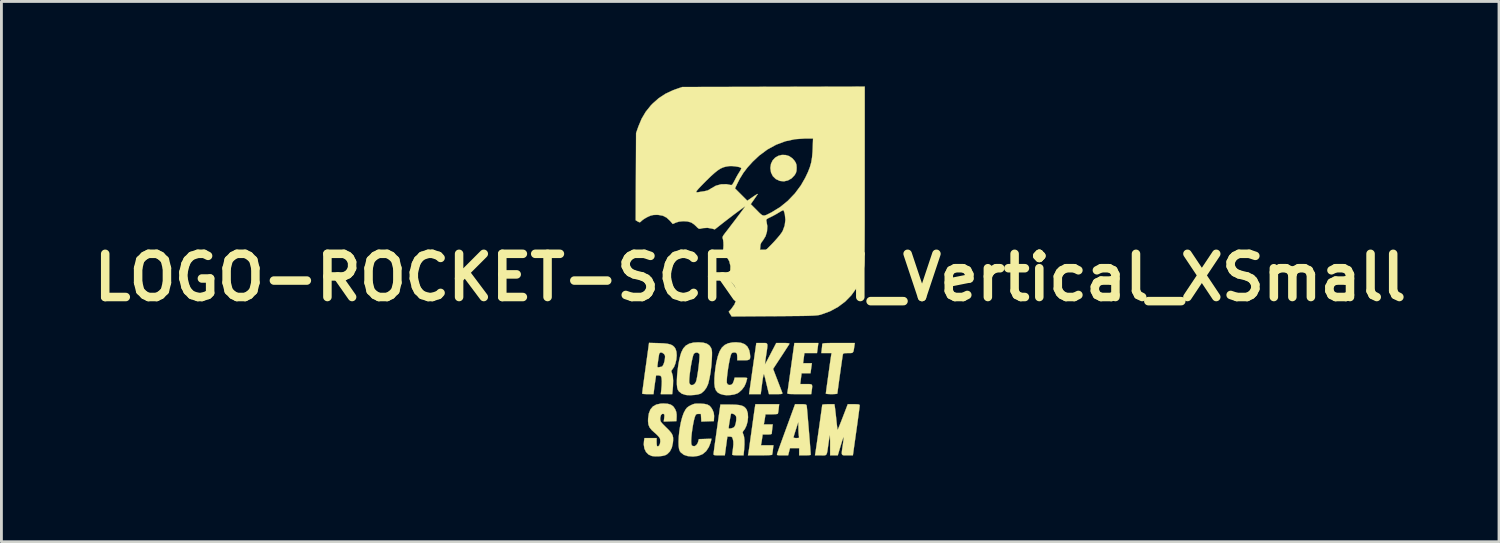
<source format=kicad_pcb>
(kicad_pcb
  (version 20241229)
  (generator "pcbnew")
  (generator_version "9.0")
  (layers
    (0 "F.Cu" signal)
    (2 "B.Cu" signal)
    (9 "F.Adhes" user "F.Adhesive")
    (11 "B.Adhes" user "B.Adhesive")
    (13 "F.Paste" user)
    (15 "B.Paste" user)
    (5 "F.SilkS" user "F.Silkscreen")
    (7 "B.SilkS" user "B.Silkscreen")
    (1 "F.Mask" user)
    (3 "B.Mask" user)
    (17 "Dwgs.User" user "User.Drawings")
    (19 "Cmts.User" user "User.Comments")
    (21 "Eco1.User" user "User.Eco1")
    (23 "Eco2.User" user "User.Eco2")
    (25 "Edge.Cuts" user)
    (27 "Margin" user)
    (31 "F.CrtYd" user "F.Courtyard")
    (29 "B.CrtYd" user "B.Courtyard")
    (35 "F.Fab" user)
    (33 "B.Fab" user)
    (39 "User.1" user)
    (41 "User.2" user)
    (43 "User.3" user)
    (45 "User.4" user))
  (footprint "LOGO-ROCKET-SCREAM_Vertical_XSmall"
    (layer "F.Cu")
    (at 23.412 6.737)
    (property "Reference" "LOGO-ROCKET-SCREAM_Vertical_XSmall" (at 0 0 0) (layer "F.SilkS") (effects (font (size 1.524 1.524) (thickness 0.3))))
    (attr through_hole)
    (fp_poly (pts (xy 1.243 -4.32) (xy 1.37 -4.282) (xy 1.486 -4.203) (xy 1.562 -4.117) (xy 1.608 -4.042) (xy 1.631 -3.97) (xy 1.637 -3.877) (xy 1.637 -3.861) (xy 1.632 -3.763) (xy 1.612 -3.689) (xy 1.57 -3.616) (xy 1.562 -3.604) (xy 1.457 -3.495) (xy 1.33 -3.423) (xy 1.19 -3.391) (xy 1.05 -3.405) (xy 1.042 -3.407) (xy 0.903 -3.472) (xy 0.799 -3.572) (xy 0.734 -3.702) (xy 0.711 -3.859) (xy 0.711 -3.864) (xy 0.733 -4.01) (xy 0.792 -4.132) (xy 0.88 -4.226) (xy 0.99 -4.29) (xy 1.114 -4.322) (xy 1.243 -4.32)) (stroke (width 0.01) (type solid)) (fill yes) (layer "F.SilkS"))
    (fp_poly (pts (xy 2.355 2.667) (xy 1.912 2.667) (xy 1.864 3.023) (xy 2.175 3.023) (xy 2.126 3.378) (xy 1.812 3.378) (xy 1.763 3.759) (xy 1.974 3.759) (xy 2.08 3.76) (xy 2.145 3.767) (xy 2.178 3.792) (xy 2.186 3.843) (xy 2.178 3.929) (xy 2.168 3.997) (xy 2.152 4.115) (xy 1.726 4.115) (xy 1.57 4.114) (xy 1.457 4.113) (xy 1.382 4.109) (xy 1.336 4.103) (xy 1.314 4.093) (xy 1.308 4.079) (xy 1.309 4.07) (xy 1.315 4.035) (xy 1.327 3.956) (xy 1.344 3.839) (xy 1.365 3.69) (xy 1.39 3.516) (xy 1.417 3.322) (xy 1.438 3.169) (xy 1.558 2.311) (xy 2.403 2.311) (xy 2.355 2.667)) (stroke (width 0.01) (type solid)) (fill yes) (layer "F.SilkS"))
    (fp_poly (pts (xy 1.003 4.629) (xy 0.992 4.715) (xy 0.981 4.78) (xy 0.974 4.807) (xy 0.945 4.816) (xy 0.878 4.822) (xy 0.785 4.826) (xy 0.75 4.826) (xy 0.538 4.826) (xy 0.522 4.934) (xy 0.508 5.021) (xy 0.494 5.099) (xy 0.492 5.112) (xy 0.479 5.182) (xy 0.794 5.182) (xy 0.778 5.315) (xy 0.769 5.4) (xy 0.763 5.469) (xy 0.762 5.493) (xy 0.755 5.517) (xy 0.725 5.531) (xy 0.663 5.536) (xy 0.6 5.537) (xy 0.438 5.537) (xy 0.421 5.658) (xy 0.408 5.747) (xy 0.395 5.827) (xy 0.391 5.848) (xy 0.377 5.918) (xy 0.818 5.918) (xy 0.8 6.077) (xy 0.789 6.163) (xy 0.778 6.228) (xy 0.77 6.255) (xy 0.742 6.261) (xy 0.672 6.267) (xy 0.569 6.271) (xy 0.441 6.273) (xy 0.339 6.274) (xy -0.08 6.274) (xy -0.066 6.204) (xy -0.059 6.162) (xy -0.046 6.076) (xy -0.028 5.954) (xy -0.007 5.802) (xy 0.017 5.628) (xy 0.044 5.438) (xy 0.051 5.385) (xy 0.078 5.191) (xy 0.103 5.011) (xy 0.125 4.851) (xy 0.144 4.717) (xy 0.159 4.618) (xy 0.168 4.56) (xy 0.169 4.553) (xy 0.183 4.47) (xy 1.021 4.47) (xy 1.003 4.629)) (stroke (width 0.01) (type solid)) (fill yes) (layer "F.SilkS"))
    (fp_poly (pts (xy 0.546 2.313) (xy 0.582 2.325) (xy 0.601 2.354) (xy 0.606 2.408) (xy 0.598 2.492) (xy 0.581 2.614) (xy 0.561 2.743) (xy 0.544 2.863) (xy 0.53 2.964) (xy 0.521 3.034) (xy 0.518 3.065) (xy 0.518 3.066) (xy 0.531 3.046) (xy 0.563 2.989) (xy 0.61 2.901) (xy 0.669 2.789) (xy 0.72 2.691) (xy 0.918 2.311) (xy 1.159 2.311) (xy 1.275 2.313) (xy 1.346 2.318) (xy 1.379 2.328) (xy 1.382 2.343) (xy 1.363 2.373) (xy 1.321 2.439) (xy 1.26 2.533) (xy 1.185 2.649) (xy 1.1 2.779) (xy 1.086 2.8) (xy 0.807 3.225) (xy 0.961 3.625) (xy 1.013 3.761) (xy 1.06 3.883) (xy 1.098 3.981) (xy 1.123 4.048) (xy 1.132 4.07) (xy 1.135 4.091) (xy 1.121 4.104) (xy 1.08 4.111) (xy 1.005 4.114) (xy 0.905 4.115) (xy 0.662 4.115) (xy 0.637 4.02) (xy 0.621 3.952) (xy 0.597 3.852) (xy 0.57 3.737) (xy 0.557 3.683) (xy 0.532 3.576) (xy 0.508 3.485) (xy 0.49 3.424) (xy 0.484 3.408) (xy 0.475 3.42) (xy 0.461 3.474) (xy 0.444 3.563) (xy 0.427 3.679) (xy 0.418 3.745) (xy 0.37 4.115) (xy -0.041 4.115) (xy 0.215 2.311) (xy 0.412 2.311) (xy 0.49 2.311) (xy 0.546 2.313)) (stroke (width 0.01) (type solid)) (fill yes) (layer "F.SilkS"))
    (fp_poly (pts (xy 3.671 2.432) (xy 3.655 2.542) (xy 3.639 2.61) (xy 3.615 2.648) (xy 3.574 2.664) (xy 3.507 2.667) (xy 3.452 2.667) (xy 3.359 2.668) (xy 3.306 2.675) (xy 3.279 2.691) (xy 3.267 2.719) (xy 3.266 2.724) (xy 3.259 2.763) (xy 3.247 2.843) (xy 3.231 2.955) (xy 3.211 3.092) (xy 3.19 3.245) (xy 3.167 3.406) (xy 3.144 3.568) (xy 3.123 3.721) (xy 3.104 3.859) (xy 3.089 3.972) (xy 3.078 4.053) (xy 3.073 4.093) (xy 3.073 4.096) (xy 3.05 4.105) (xy 2.988 4.111) (xy 2.899 4.115) (xy 2.87 4.115) (xy 2.776 4.113) (xy 2.705 4.107) (xy 2.669 4.098) (xy 2.667 4.096) (xy 2.67 4.066) (xy 2.68 3.994) (xy 2.694 3.887) (xy 2.712 3.755) (xy 2.733 3.605) (xy 2.755 3.446) (xy 2.778 3.284) (xy 2.799 3.13) (xy 2.819 2.989) (xy 2.836 2.872) (xy 2.849 2.786) (xy 2.856 2.738) (xy 2.857 2.737) (xy 2.869 2.667) (xy 2.508 2.667) (xy 2.524 2.534) (xy 2.533 2.449) (xy 2.539 2.38) (xy 2.54 2.356) (xy 2.543 2.341) (xy 2.557 2.331) (xy 2.588 2.323) (xy 2.642 2.317) (xy 2.725 2.314) (xy 2.843 2.312) (xy 3.002 2.311) (xy 3.114 2.311) (xy 3.689 2.311) (xy 3.671 2.432)) (stroke (width 0.01) (type solid)) (fill yes) (layer "F.SilkS"))
    (fp_poly (pts (xy 1.881 4.471) (xy 1.942 4.477) (xy 1.974 4.489) (xy 1.988 4.511) (xy 1.992 4.528) (xy 1.996 4.562) (xy 2.004 4.64) (xy 2.014 4.753) (xy 2.026 4.895) (xy 2.04 5.059) (xy 2.055 5.236) (xy 2.07 5.419) (xy 2.085 5.601) (xy 2.099 5.774) (xy 2.111 5.932) (xy 2.121 6.066) (xy 2.129 6.17) (xy 2.133 6.236) (xy 2.134 6.255) (xy 2.11 6.264) (xy 2.048 6.27) (xy 1.959 6.274) (xy 1.93 6.274) (xy 1.727 6.274) (xy 1.727 6.02) (xy 1.402 6.02) (xy 1.337 6.274) (xy 1.135 6.274) (xy 1.035 6.273) (xy 0.976 6.269) (xy 0.949 6.258) (xy 0.944 6.239) (xy 0.948 6.22) (xy 0.96 6.185) (xy 0.987 6.107) (xy 1.027 5.993) (xy 1.079 5.849) (xy 1.14 5.681) (xy 1.153 5.645) (xy 1.524 5.645) (xy 1.547 5.657) (xy 1.603 5.664) (xy 1.629 5.664) (xy 1.694 5.662) (xy 1.721 5.649) (xy 1.721 5.618) (xy 1.718 5.607) (xy 1.711 5.556) (xy 1.704 5.47) (xy 1.7 5.364) (xy 1.7 5.321) (xy 1.697 5.093) (xy 1.611 5.359) (xy 1.576 5.469) (xy 1.548 5.56) (xy 1.53 5.623) (xy 1.524 5.645) (xy 1.153 5.645) (xy 1.208 5.494) (xy 1.272 5.319) (xy 1.582 4.47) (xy 1.781 4.47) (xy 1.881 4.471)) (stroke (width 0.01) (type solid)) (fill yes) (layer "F.SilkS"))
    (fp_poly (pts (xy -1.748 4.45) (xy -1.607 4.461) (xy -1.504 4.486) (xy -1.428 4.531) (xy -1.367 4.604) (xy -1.326 4.675) (xy -1.287 4.775) (xy -1.274 4.881) (xy -1.276 4.928) (xy -1.283 5.067) (xy -1.724 5.082) (xy -1.74 4.813) (xy -1.829 4.813) (xy -1.882 4.817) (xy -1.915 4.836) (xy -1.939 4.882) (xy -1.96 4.94) (xy -1.987 5.044) (xy -2.015 5.182) (xy -2.041 5.339) (xy -2.063 5.499) (xy -2.077 5.646) (xy -2.083 5.764) (xy -2.083 5.766) (xy -2.079 5.857) (xy -2.067 5.91) (xy -2.042 5.938) (xy -2.037 5.941) (xy -1.97 5.952) (xy -1.907 5.919) (xy -1.857 5.849) (xy -1.84 5.803) (xy -1.812 5.702) (xy -1.589 5.695) (xy -1.367 5.688) (xy -1.384 5.771) (xy -1.405 5.842) (xy -1.44 5.932) (xy -1.465 5.99) (xy -1.558 6.13) (xy -1.682 6.232) (xy -1.836 6.294) (xy -2.018 6.316) (xy -2.2 6.301) (xy -2.34 6.256) (xy -2.448 6.173) (xy -2.482 6.128) (xy -2.51 6.052) (xy -2.525 5.936) (xy -2.528 5.79) (xy -2.521 5.623) (xy -2.503 5.444) (xy -2.476 5.263) (xy -2.442 5.088) (xy -2.4 4.93) (xy -2.353 4.796) (xy -2.331 4.75) (xy -2.281 4.658) (xy -2.234 4.597) (xy -2.176 4.551) (xy -2.108 4.513) (xy -2.034 4.478) (xy -1.97 4.457) (xy -1.9 4.448) (xy -1.804 4.448) (xy -1.748 4.45)) (stroke (width 0.01) (type solid)) (fill yes) (layer "F.SilkS"))
    (fp_poly (pts (xy -2.911 4.455) (xy -2.798 4.488) (xy -2.714 4.549) (xy -2.65 4.642) (xy -2.647 4.648) (xy -2.61 4.74) (xy -2.596 4.835) (xy -2.596 4.915) (xy -2.603 5.067) (xy -2.827 5.075) (xy -3.05 5.082) (xy -3.033 4.954) (xy -3.026 4.876) (xy -3.032 4.834) (xy -3.054 4.813) (xy -3.061 4.81) (xy -3.111 4.813) (xy -3.15 4.858) (xy -3.172 4.937) (xy -3.175 4.987) (xy -3.172 5.033) (xy -3.16 5.073) (xy -3.131 5.118) (xy -3.08 5.175) (xy -3.001 5.254) (xy -2.961 5.293) (xy -2.854 5.4) (xy -2.782 5.487) (xy -2.739 5.567) (xy -2.72 5.65) (xy -2.72 5.75) (xy -2.728 5.833) (xy -2.765 6.001) (xy -2.832 6.135) (xy -2.927 6.231) (xy -3.001 6.271) (xy -3.099 6.295) (xy -3.223 6.308) (xy -3.351 6.31) (xy -3.459 6.299) (xy -3.472 6.297) (xy -3.587 6.245) (xy -3.675 6.156) (xy -3.732 6.036) (xy -3.755 5.892) (xy -3.746 5.764) (xy -3.729 5.664) (xy -3.302 5.664) (xy -3.302 5.802) (xy -3.299 5.881) (xy -3.29 5.937) (xy -3.282 5.953) (xy -3.242 5.955) (xy -3.207 5.919) (xy -3.182 5.857) (xy -3.171 5.782) (xy -3.177 5.706) (xy -3.187 5.673) (xy -3.223 5.62) (xy -3.286 5.552) (xy -3.36 5.486) (xy -3.474 5.384) (xy -3.549 5.29) (xy -3.59 5.19) (xy -3.604 5.071) (xy -3.602 4.98) (xy -3.576 4.797) (xy -3.52 4.654) (xy -3.432 4.55) (xy -3.311 4.482) (xy -3.154 4.449) (xy -3.062 4.445) (xy -2.911 4.455)) (stroke (width 0.01) (type solid)) (fill yes) (layer "F.SilkS"))
    (fp_poly (pts (xy -1.658 2.299) (xy -1.53 2.336) (xy -1.439 2.4) (xy -1.385 2.478) (xy -1.365 2.527) (xy -1.353 2.582) (xy -1.348 2.652) (xy -1.349 2.751) (xy -1.354 2.881) (xy -1.371 3.111) (xy -1.398 3.336) (xy -1.434 3.544) (xy -1.475 3.72) (xy -1.49 3.768) (xy -1.546 3.89) (xy -1.627 3.999) (xy -1.72 4.08) (xy -1.765 4.103) (xy -1.852 4.127) (xy -1.969 4.144) (xy -2.097 4.152) (xy -2.216 4.15) (xy -2.276 4.143) (xy -2.413 4.099) (xy -2.513 4.021) (xy -2.555 3.957) (xy -2.576 3.882) (xy -2.587 3.768) (xy -2.587 3.646) (xy -2.153 3.646) (xy -2.15 3.714) (xy -2.149 3.721) (xy -2.116 3.778) (xy -2.063 3.798) (xy -2.002 3.784) (xy -1.947 3.738) (xy -1.911 3.671) (xy -1.891 3.597) (xy -1.871 3.491) (xy -1.85 3.363) (xy -1.83 3.224) (xy -1.813 3.083) (xy -1.8 2.951) (xy -1.791 2.836) (xy -1.788 2.75) (xy -1.792 2.702) (xy -1.794 2.698) (xy -1.847 2.654) (xy -1.914 2.648) (xy -1.975 2.678) (xy -1.991 2.697) (xy -2.013 2.753) (xy -2.039 2.849) (xy -2.065 2.973) (xy -2.091 3.115) (xy -2.114 3.265) (xy -2.134 3.41) (xy -2.147 3.541) (xy -2.153 3.646) (xy -2.587 3.646) (xy -2.587 3.623) (xy -2.579 3.457) (xy -2.562 3.279) (xy -2.538 3.1) (xy -2.508 2.928) (xy -2.472 2.773) (xy -2.433 2.646) (xy -2.364 2.506) (xy -2.272 2.403) (xy -2.151 2.334) (xy -1.997 2.296) (xy -1.826 2.287) (xy -1.658 2.299)) (stroke (width 0.01) (type solid)) (fill yes) (layer "F.SilkS"))
    (fp_poly (pts (xy -0.328 2.303) (xy -0.196 2.353) (xy -0.099 2.439) (xy -0.037 2.561) (xy -0.012 2.678) (xy -0.001 2.787) (xy -0.007 2.857) (xy -0.037 2.897) (xy -0.1 2.916) (xy -0.203 2.921) (xy -0.243 2.921) (xy -0.457 2.921) (xy -0.457 2.821) (xy -0.461 2.746) (xy -0.47 2.689) (xy -0.473 2.682) (xy -0.508 2.652) (xy -0.567 2.642) (xy -0.627 2.655) (xy -0.659 2.678) (xy -0.681 2.726) (xy -0.706 2.814) (xy -0.732 2.932) (xy -0.758 3.07) (xy -0.782 3.217) (xy -0.802 3.364) (xy -0.818 3.5) (xy -0.826 3.614) (xy -0.827 3.697) (xy -0.822 3.725) (xy -0.787 3.779) (xy -0.722 3.794) (xy -0.666 3.782) (xy -0.618 3.741) (xy -0.582 3.655) (xy -0.579 3.646) (xy -0.548 3.531) (xy -0.323 3.531) (xy -0.216 3.532) (xy -0.15 3.536) (xy -0.117 3.545) (xy -0.108 3.561) (xy -0.111 3.575) (xy -0.126 3.627) (xy -0.147 3.702) (xy -0.155 3.728) (xy -0.209 3.846) (xy -0.296 3.961) (xy -0.401 4.055) (xy -0.454 4.088) (xy -0.563 4.126) (xy -0.699 4.148) (xy -0.839 4.152) (xy -0.927 4.143) (xy -1.052 4.11) (xy -1.146 4.058) (xy -1.21 3.981) (xy -1.249 3.874) (xy -1.265 3.731) (xy -1.263 3.546) (xy -1.262 3.535) (xy -1.249 3.382) (xy -1.229 3.21) (xy -1.204 3.049) (xy -1.195 2.997) (xy -1.143 2.779) (xy -1.08 2.606) (xy -1.001 2.475) (xy -0.901 2.382) (xy -0.778 2.322) (xy -0.627 2.292) (xy -0.497 2.286) (xy -0.328 2.303)) (stroke (width 0.01) (type solid)) (fill yes) (layer "F.SilkS"))
    (fp_poly (pts (xy -3.226 2.316) (xy -3.045 2.324) (xy -2.908 2.34) (xy -2.805 2.366) (xy -2.728 2.406) (xy -2.671 2.461) (xy -2.636 2.516) (xy -2.603 2.618) (xy -2.593 2.748) (xy -2.606 2.891) (xy -2.638 3.032) (xy -2.687 3.156) (xy -2.745 3.24) (xy -2.776 3.279) (xy -2.781 3.316) (xy -2.762 3.373) (xy -2.756 3.386) (xy -2.729 3.491) (xy -2.719 3.64) (xy -2.725 3.834) (xy -2.734 3.943) (xy -2.751 4.115) (xy -3.155 4.115) (xy -3.136 3.959) (xy -3.123 3.803) (xy -3.119 3.665) (xy -3.126 3.558) (xy -3.136 3.509) (xy -3.163 3.469) (xy -3.22 3.455) (xy -3.237 3.454) (xy -3.321 3.454) (xy -3.349 3.643) (xy -3.366 3.761) (xy -3.383 3.883) (xy -3.394 3.973) (xy -3.411 4.115) (xy -3.61 4.115) (xy -3.704 4.113) (xy -3.775 4.107) (xy -3.81 4.098) (xy -3.811 4.096) (xy -3.808 4.067) (xy -3.799 3.994) (xy -3.785 3.882) (xy -3.765 3.737) (xy -3.742 3.566) (xy -3.716 3.373) (xy -3.691 3.192) (xy -3.685 3.151) (xy -3.277 3.151) (xy -3.256 3.17) (xy -3.219 3.166) (xy -3.161 3.153) (xy -3.131 3.15) (xy -3.094 3.126) (xy -3.058 3.062) (xy -3.027 2.968) (xy -3.011 2.879) (xy -3.003 2.796) (xy -3.01 2.745) (xy -3.036 2.705) (xy -3.046 2.694) (xy -3.11 2.651) (xy -3.166 2.645) (xy -3.205 2.678) (xy -3.212 2.699) (xy -3.222 2.756) (xy -3.236 2.842) (xy -3.25 2.939) (xy -3.263 3.034) (xy -3.273 3.11) (xy -3.277 3.151) (xy -3.685 3.151) (xy -3.569 2.307) (xy -3.226 2.316)) (stroke (width 0.01) (type solid)) (fill yes) (layer "F.SilkS"))
    (fp_poly (pts (xy -0.529 4.487) (xy -0.39 4.5) (xy -0.287 4.525) (xy -0.211 4.564) (xy -0.155 4.619) (xy -0.121 4.675) (xy -0.086 4.79) (xy -0.077 4.93) (xy -0.093 5.079) (xy -0.132 5.223) (xy -0.19 5.344) (xy -0.218 5.382) (xy -0.258 5.435) (xy -0.267 5.473) (xy -0.25 5.52) (xy -0.243 5.535) (xy -0.218 5.616) (xy -0.205 5.737) (xy -0.204 5.891) (xy -0.215 6.069) (xy -0.22 6.118) (xy -0.236 6.274) (xy -0.435 6.274) (xy -0.529 6.271) (xy -0.599 6.265) (xy -0.633 6.255) (xy -0.635 6.252) (xy -0.632 6.219) (xy -0.623 6.148) (xy -0.611 6.055) (xy -0.608 6.028) (xy -0.594 5.891) (xy -0.596 5.788) (xy -0.609 5.719) (xy -0.63 5.652) (xy -0.657 5.622) (xy -0.704 5.614) (xy -0.721 5.613) (xy -0.806 5.613) (xy -0.851 5.944) (xy -0.896 6.274) (xy -1.096 6.274) (xy -1.197 6.272) (xy -1.257 6.267) (xy -1.286 6.255) (xy -1.294 6.234) (xy -1.294 6.229) (xy -1.29 6.194) (xy -1.28 6.115) (xy -1.265 5.998) (xy -1.245 5.849) (xy -1.22 5.675) (xy -1.193 5.482) (xy -1.172 5.334) (xy -1.17 5.318) (xy -0.762 5.318) (xy -0.742 5.33) (xy -0.693 5.326) (xy -0.634 5.311) (xy -0.582 5.288) (xy -0.565 5.275) (xy -0.533 5.219) (xy -0.508 5.132) (xy -0.493 5.034) (xy -0.491 4.945) (xy -0.502 4.892) (xy -0.539 4.847) (xy -0.594 4.813) (xy -0.647 4.799) (xy -0.676 4.807) (xy -0.684 4.835) (xy -0.697 4.9) (xy -0.713 4.988) (xy -0.73 5.087) (xy -0.745 5.183) (xy -0.756 5.263) (xy -0.761 5.314) (xy -0.762 5.318) (xy -1.17 5.318) (xy -1.052 4.483) (xy -0.71 4.483) (xy -0.529 4.487)) (stroke (width 0.01) (type solid)) (fill yes) (layer "F.SilkS"))
    (fp_poly (pts (xy 2.983 4.553) (xy 2.991 4.608) (xy 3.002 4.702) (xy 3.016 4.822) (xy 3.031 4.958) (xy 3.035 5.002) (xy 3.049 5.132) (xy 3.062 5.243) (xy 3.073 5.326) (xy 3.08 5.371) (xy 3.082 5.376) (xy 3.093 5.356) (xy 3.119 5.296) (xy 3.157 5.202) (xy 3.205 5.082) (xy 3.259 4.943) (xy 3.265 4.927) (xy 3.441 4.47) (xy 3.651 4.47) (xy 3.755 4.472) (xy 3.818 4.477) (xy 3.85 4.488) (xy 3.861 4.508) (xy 3.861 4.515) (xy 3.858 4.55) (xy 3.848 4.629) (xy 3.833 4.746) (xy 3.813 4.895) (xy 3.79 5.069) (xy 3.763 5.263) (xy 3.741 5.417) (xy 3.621 6.274) (xy 3.423 6.274) (xy 3.341 6.274) (xy 3.283 6.271) (xy 3.248 6.257) (xy 3.231 6.223) (xy 3.23 6.164) (xy 3.241 6.07) (xy 3.261 5.934) (xy 3.266 5.904) (xy 3.281 5.793) (xy 3.292 5.702) (xy 3.297 5.642) (xy 3.296 5.624) (xy 3.285 5.643) (xy 3.263 5.702) (xy 3.233 5.793) (xy 3.198 5.908) (xy 3.187 5.944) (xy 3.088 6.274) (xy 2.819 6.274) (xy 2.819 5.914) (xy 2.819 5.786) (xy 2.817 5.68) (xy 2.814 5.604) (xy 2.811 5.567) (xy 2.809 5.565) (xy 2.802 5.593) (xy 2.789 5.66) (xy 2.774 5.758) (xy 2.758 5.867) (xy 2.737 6.019) (xy 2.721 6.128) (xy 2.705 6.2) (xy 2.684 6.245) (xy 2.654 6.267) (xy 2.61 6.275) (xy 2.547 6.275) (xy 2.488 6.274) (xy 2.284 6.274) (xy 2.298 6.191) (xy 2.306 6.144) (xy 2.319 6.056) (xy 2.337 5.935) (xy 2.358 5.789) (xy 2.382 5.623) (xy 2.407 5.447) (xy 2.433 5.266) (xy 2.458 5.089) (xy 2.481 4.922) (xy 2.502 4.772) (xy 2.52 4.648) (xy 2.532 4.555) (xy 2.539 4.502) (xy 2.54 4.492) (xy 2.563 4.482) (xy 2.626 4.475) (xy 2.716 4.471) (xy 2.755 4.47) (xy 2.969 4.47) (xy 2.983 4.553)) (stroke (width 0.01) (type solid)) (fill yes) (layer "F.SilkS"))
    (fp_poly (pts (xy 4.038 -3.576) (xy 4.038 -3.109) (xy 4.038 -2.691) (xy 4.038 -2.317) (xy 4.038 -1.986) (xy 4.037 -1.695) (xy 4.036 -1.44) (xy 4.035 -1.22) (xy 4.034 -1.03) (xy 4.032 -0.869) (xy 4.03 -0.733) (xy 4.027 -0.62) (xy 4.024 -0.527) (xy 4.02 -0.451) (xy 4.016 -0.39) (xy 4.011 -0.34) (xy 4.006 -0.298) (xy 4 -0.263) (xy 3.993 -0.231) (xy 3.989 -0.213) (xy 3.89 0.092) (xy 3.749 0.373) (xy 3.567 0.627) (xy 3.349 0.85) (xy 3.096 1.04) (xy 2.813 1.193) (xy 2.502 1.306) (xy 2.489 1.31) (xy 2.45 1.32) (xy 2.407 1.328) (xy 2.354 1.335) (xy 2.288 1.341) (xy 2.204 1.346) (xy 2.099 1.35) (xy 1.967 1.354) (xy 1.805 1.357) (xy 1.608 1.359) (xy 1.373 1.361) (xy 1.094 1.364) (xy 0.835 1.365) (xy -0.654 1.375) (xy -0.706 1.292) (xy -0.758 1.209) (xy -0.668 1.109) (xy -0.557 0.954) (xy -0.493 0.787) (xy -0.473 0.61) (xy -0.492 0.442) (xy -0.549 0.302) (xy -0.651 0.177) (xy -0.688 0.144) (xy -0.794 0.053) (xy -0.755 -0.044) (xy -0.703 -0.229) (xy -0.698 -0.406) (xy -0.738 -0.57) (xy -0.822 -0.715) (xy -0.873 -0.771) (xy -0.934 -0.836) (xy -0.943 -0.85) (xy 0.313 -0.85) (xy 0.316 -0.796) (xy 0.316 -0.795) (xy 0.339 -0.794) (xy 0.389 -0.826) (xy 0.462 -0.885) (xy 0.55 -0.965) (xy 0.648 -1.061) (xy 0.752 -1.166) (xy 0.855 -1.275) (xy 0.951 -1.383) (xy 1.035 -1.483) (xy 1.101 -1.57) (xy 1.144 -1.638) (xy 1.146 -1.642) (xy 1.216 -1.834) (xy 1.241 -2.033) (xy 1.221 -2.227) (xy 1.22 -2.232) (xy 1.199 -2.307) (xy 1.18 -2.359) (xy 1.172 -2.373) (xy 1.143 -2.366) (xy 1.085 -2.336) (xy 1.015 -2.294) (xy 0.913 -2.233) (xy 0.795 -2.169) (xy 0.715 -2.129) (xy 0.63 -2.088) (xy 0.583 -2.057) (xy 0.566 -2.03) (xy 0.57 -1.999) (xy 0.602 -1.811) (xy 0.592 -1.627) (xy 0.541 -1.457) (xy 0.451 -1.31) (xy 0.445 -1.303) (xy 0.387 -1.224) (xy 0.36 -1.154) (xy 0.356 -1.098) (xy 0.348 -1.008) (xy 0.33 -0.924) (xy 0.328 -0.918) (xy 0.313 -0.85) (xy -0.943 -0.85) (xy -0.963 -0.882) (xy -0.967 -0.923) (xy -0.963 -0.94) (xy -0.949 -1.024) (xy -0.943 -1.131) (xy -0.946 -1.24) (xy -0.957 -1.33) (xy -0.966 -1.361) (xy -0.976 -1.401) (xy -0.971 -1.439) (xy -0.944 -1.489) (xy -0.89 -1.561) (xy -0.872 -1.585) (xy -0.798 -1.679) (xy -0.713 -1.791) (xy -0.62 -1.913) (xy -0.524 -2.038) (xy -0.432 -2.161) (xy -0.346 -2.275) (xy -0.273 -2.373) (xy -0.218 -2.448) (xy -0.185 -2.494) (xy -0.178 -2.505) (xy -0.197 -2.496) (xy -0.25 -2.46) (xy -0.331 -2.401) (xy -0.433 -2.326) (xy -0.552 -2.238) (xy -0.679 -2.141) (xy -0.81 -2.041) (xy -0.938 -1.942) (xy -0.962 -1.923) (xy -1.251 -1.696) (xy -1.346 -1.724) (xy -1.506 -1.751) (xy -1.669 -1.741) (xy -1.725 -1.728) (xy -1.778 -1.716) (xy -1.818 -1.724) (xy -1.861 -1.757) (xy -1.905 -1.803) (xy -1.979 -1.871) (xy -2.061 -1.927) (xy -2.095 -1.944) (xy -2.22 -1.977) (xy -2.366 -1.985) (xy -2.512 -1.97) (xy -2.62 -1.937) (xy -2.732 -1.887) (xy -2.831 -2.001) (xy -2.948 -2.11) (xy -3.077 -2.177) (xy -3.23 -2.206) (xy -3.304 -2.209) (xy -3.419 -2.204) (xy -3.514 -2.182) (xy -3.619 -2.136) (xy -3.623 -2.134) (xy -3.713 -2.084) (xy -3.791 -2.032) (xy -3.834 -1.995) (xy -3.877 -1.954) (xy -3.911 -1.947) (xy -3.96 -1.971) (xy -3.967 -1.975) (xy -4.04 -2.019) (xy -4.036 -3.028) (xy -1.905 -3.028) (xy -1.891 -3.003) (xy -1.841 -3.006) (xy -1.835 -3.007) (xy -1.769 -3.019) (xy -1.679 -3.033) (xy -1.627 -3.04) (xy -1.501 -3.069) (xy -1.39 -3.132) (xy -1.378 -3.141) (xy -1.376 -3.142) (xy -0.538 -3.142) (xy -0.103 -2.707) (xy 0.091 -2.841) (xy 0.172 -2.896) (xy 0.232 -2.932) (xy 0.263 -2.946) (xy 0.264 -2.942) (xy 0.24 -2.906) (xy 0.196 -2.841) (xy 0.14 -2.761) (xy 0.131 -2.747) (xy 0.018 -2.586) (xy 0.231 -2.373) (xy 0.321 -2.281) (xy 0.388 -2.22) (xy 0.444 -2.188) (xy 0.499 -2.183) (xy 0.567 -2.204) (xy 0.659 -2.249) (xy 0.763 -2.303) (xy 1.056 -2.483) (xy 1.329 -2.706) (xy 1.576 -2.964) (xy 1.788 -3.249) (xy 1.942 -3.518) (xy 2.036 -3.716) (xy 2.104 -3.89) (xy 2.151 -4.055) (xy 2.18 -4.229) (xy 2.198 -4.428) (xy 2.203 -4.54) (xy 2.216 -4.902) (xy 1.935 -4.902) (xy 1.58 -4.878) (xy 1.24 -4.805) (xy 0.915 -4.684) (xy 0.607 -4.515) (xy 0.315 -4.299) (xy 0.088 -4.085) (xy -0.094 -3.884) (xy -0.242 -3.69) (xy -0.367 -3.487) (xy -0.448 -3.33) (xy -0.538 -3.142) (xy -1.376 -3.142) (xy -1.212 -3.236) (xy -1.029 -3.286) (xy -0.836 -3.29) (xy -0.694 -3.262) (xy -0.663 -3.259) (xy -0.636 -3.276) (xy -0.604 -3.321) (xy -0.56 -3.401) (xy -0.544 -3.433) (xy -0.489 -3.538) (xy -0.43 -3.642) (xy -0.38 -3.722) (xy -0.376 -3.728) (xy -0.337 -3.793) (xy -0.316 -3.843) (xy -0.317 -3.859) (xy -0.354 -3.883) (xy -0.428 -3.903) (xy -0.525 -3.919) (xy -0.629 -3.929) (xy -0.727 -3.929) (xy -0.761 -3.926) (xy -0.864 -3.909) (xy -0.958 -3.882) (xy -1.05 -3.84) (xy -1.147 -3.777) (xy -1.256 -3.69) (xy -1.384 -3.575) (xy -1.539 -3.425) (xy -1.539 -3.425) (xy -1.65 -3.313) (xy -1.748 -3.212) (xy -1.827 -3.128) (xy -1.88 -3.065) (xy -1.904 -3.031) (xy -1.905 -3.028) (xy -4.036 -3.028) (xy -4.033 -3.556) (xy -4.026 -5.093) (xy -3.945 -5.325) (xy -3.83 -5.6) (xy -3.687 -5.842) (xy -3.509 -6.064) (xy -3.441 -6.134) (xy -3.224 -6.326) (xy -2.99 -6.479) (xy -2.727 -6.602) (xy -2.633 -6.637) (xy -2.4 -6.718) (xy 4.039 -6.732) (xy 4.038 -3.576)) (stroke (width 0.01) (type solid)) (fill yes) (layer "F.SilkS")))
  (gr_rect
    (start -3 -3)
    (end 49.823 16.058)
    (stroke (width 0.1) (type default))
    (fill no)
    (layer "Edge.Cuts")))
</source>
